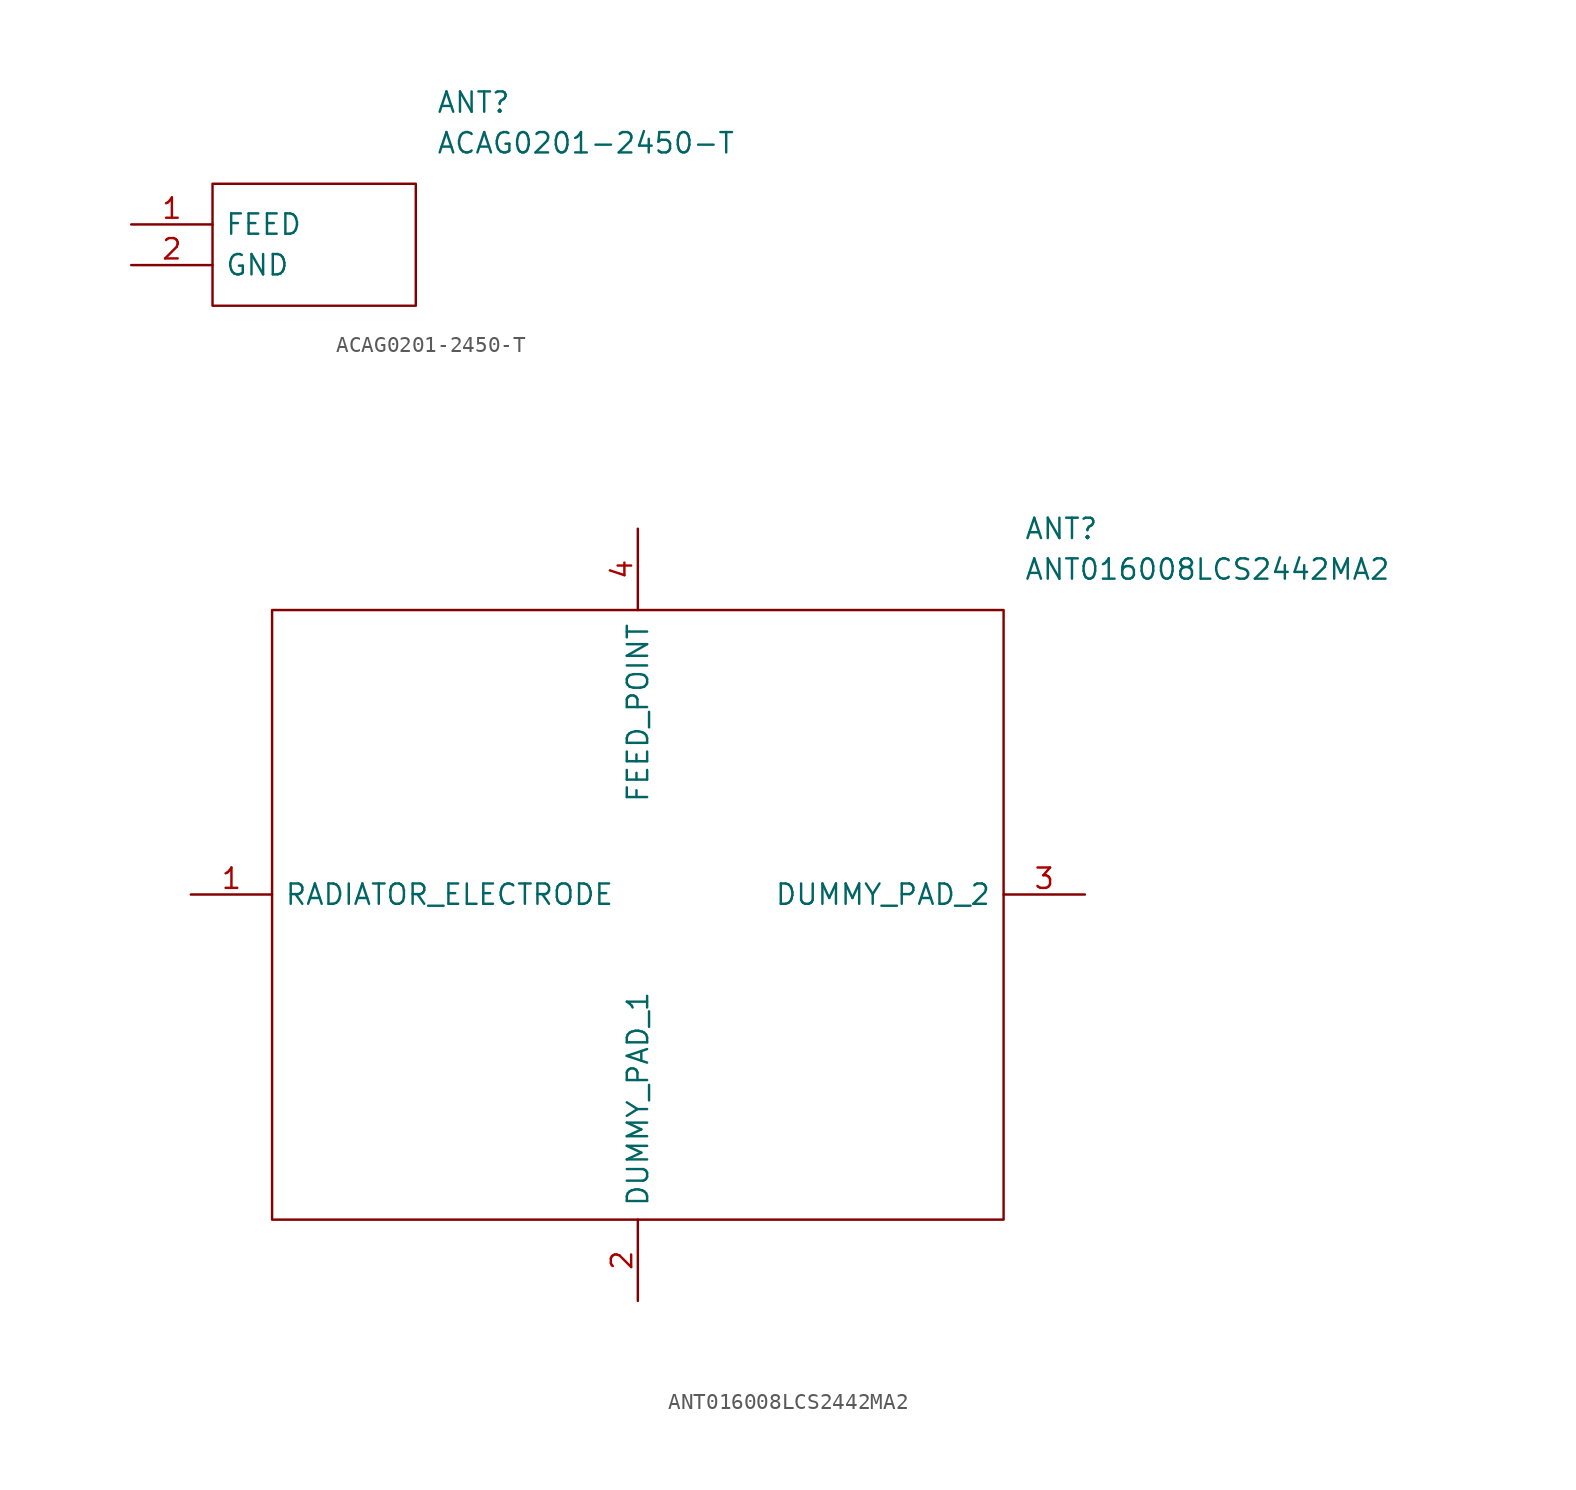
<source format=kicad_sym>
(kicad_symbol_lib
  (version 20211014)
  (generator kicad_symbol_editor)
  (symbol "ACAG0201-2450-T"
    (pin_names
      (offset 0.762))
    (property "Reference" "ANT"
      (at 19.05 7.62 0)
      (effects (font (size 1.27 1.27)) (justify left)))
    (property "Value" "ACAG0201-2450-T"
      (at 19.05 5.08 0)
      (effects (font (size 1.27 1.27)) (justify left)))
    (symbol "ACAG0201-2450-T_0_0"
      (pin input line (at 0 0 0) (length 5.08) (name "FEED" (effects (font (size 1.27 1.27)))) (number "1" (effects (font (size 1.27 1.27)))))
      (pin input line (at 0 -2.54 0) (length 5.08) (name "GND" (effects (font (size 1.27 1.27)))) (number "2" (effects (font (size 1.27 1.27))))))
    (symbol "ACAG0201-2450-T_0_1"
      (polyline (pts (xy 5.08 2.54) (xy 17.78 2.54) (xy 17.78 -5.08) (xy 5.08 -5.08) (xy 5.08 2.54)) (stroke (width 0.152) (type default) (color 0 0 0 0)) (fill (type none)))))
  (symbol "ANT016008LCS2442MA2"
    (pin_names
      (offset 0.762))
    (property "Reference" "ANT"
      (at 52.07 22.86 0)
      (effects (font (size 1.27 1.27)) (justify left)))
    (property "Value" "ANT016008LCS2442MA2"
      (at 52.07 20.32 0)
      (effects (font (size 1.27 1.27)) (justify left)))
    (symbol "ANT016008LCS2442MA2_0_0"
      (pin passive line (at 0 0 0) (length 5.08) (name "RADIATOR_ELECTRODE" (effects (font (size 1.27 1.27)))) (number "1" (effects (font (size 1.27 1.27)))))
      (pin passive line (at 27.94 -25.4 90) (length 5.08) (name "DUMMY_PAD_1" (effects (font (size 1.27 1.27)))) (number "2" (effects (font (size 1.27 1.27)))))
      (pin passive line (at 55.88 0 180) (length 5.08) (name "DUMMY_PAD_2" (effects (font (size 1.27 1.27)))) (number "3" (effects (font (size 1.27 1.27)))))
      (pin passive line (at 27.94 22.86 270) (length 5.08) (name "FEED_POINT" (effects (font (size 1.27 1.27)))) (number "4" (effects (font (size 1.27 1.27))))))
    (symbol "ANT016008LCS2442MA2_0_1"
      (polyline (pts (xy 5.08 17.78) (xy 50.8 17.78) (xy 50.8 -20.32) (xy 5.08 -20.32) (xy 5.08 17.78)) (stroke (width 0.152) (type default) (color 0 0 0 0)) (fill (type none))))))
</source>
